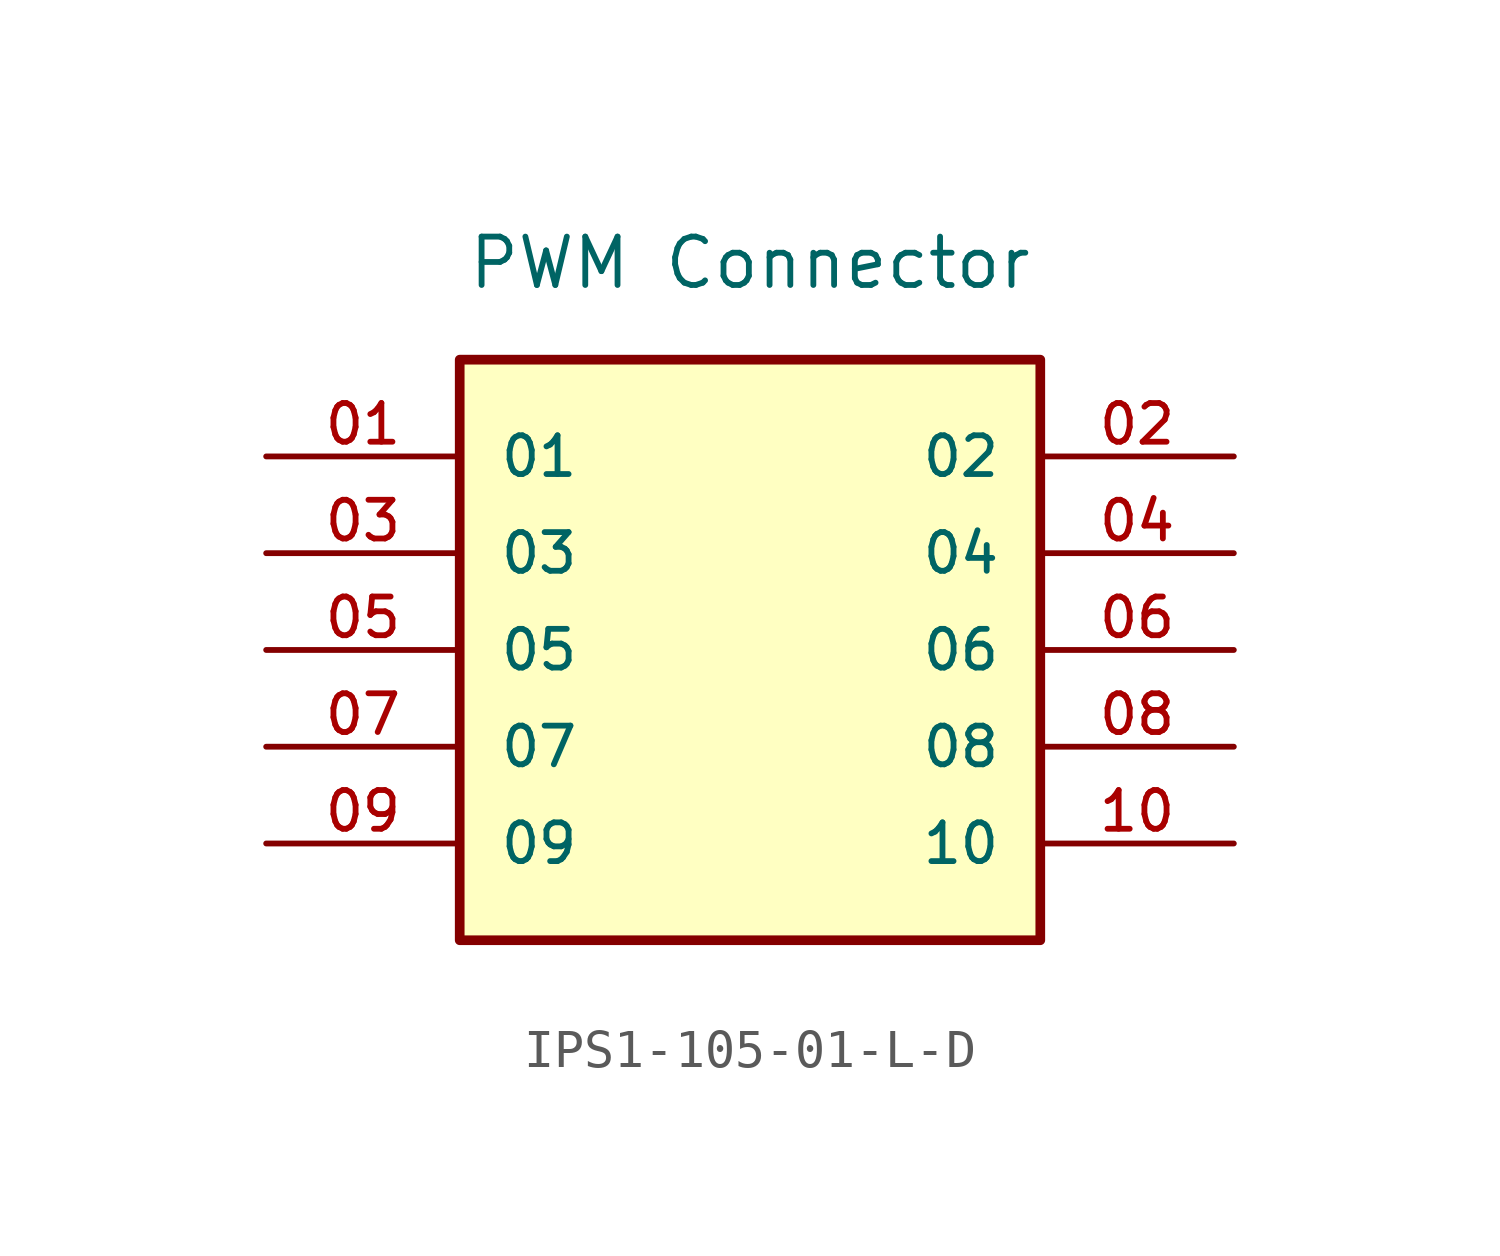
<source format=kicad_sym>
(kicad_symbol_lib
  (version 20231120)
  (generator "kicad_symbol_editor")
  (generator_version "8.0")
  (symbol "IPS1-105-01-L-D"
    (pin_names
      (offset 1.016))
    (property "Reference" "J2"
      (at 0 12.7 0)
      (effects (font (size 1.27 1.27)) (hide yes)))
    (property "Value" "PWM Connector"
      (at 0 10.16 0)
      (effects (font (size 1.27 1.27))))
    (symbol "IPS1-105-01-L-D_0_0"
      (rectangle (start -7.62 -7.62) (end 7.62 7.62) (stroke (width 0.254) (type default)) (fill (type background)))
      (pin passive line (at -12.7 5.08 0) (length 5.08) (name "01" (effects (font (size 1.016 1.016)))) (number "01" (effects (font (size 1.016 1.016)))))
      (pin passive line (at 12.7 5.08 180) (length 5.08) (name "02" (effects (font (size 1.016 1.016)))) (number "02" (effects (font (size 1.016 1.016)))))
      (pin passive line (at -12.7 2.54 0) (length 5.08) (name "03" (effects (font (size 1.016 1.016)))) (number "03" (effects (font (size 1.016 1.016)))))
      (pin passive line (at 12.7 2.54 180) (length 5.08) (name "04" (effects (font (size 1.016 1.016)))) (number "04" (effects (font (size 1.016 1.016)))))
      (pin passive line (at -12.7 0 0) (length 5.08) (name "05" (effects (font (size 1.016 1.016)))) (number "05" (effects (font (size 1.016 1.016)))))
      (pin passive line (at 12.7 0 180) (length 5.08) (name "06" (effects (font (size 1.016 1.016)))) (number "06" (effects (font (size 1.016 1.016)))))
      (pin passive line (at -12.7 -2.54 0) (length 5.08) (name "07" (effects (font (size 1.016 1.016)))) (number "07" (effects (font (size 1.016 1.016)))))
      (pin passive line (at 12.7 -2.54 180) (length 5.08) (name "08" (effects (font (size 1.016 1.016)))) (number "08" (effects (font (size 1.016 1.016)))))
      (pin passive line (at -12.7 -5.08 0) (length 5.08) (name "09" (effects (font (size 1.016 1.016)))) (number "09" (effects (font (size 1.016 1.016)))))
      (pin passive line (at 12.7 -5.08 180) (length 5.08) (name "10" (effects (font (size 1.016 1.016)))) (number "10" (effects (font (size 1.016 1.016))))))))
</source>
